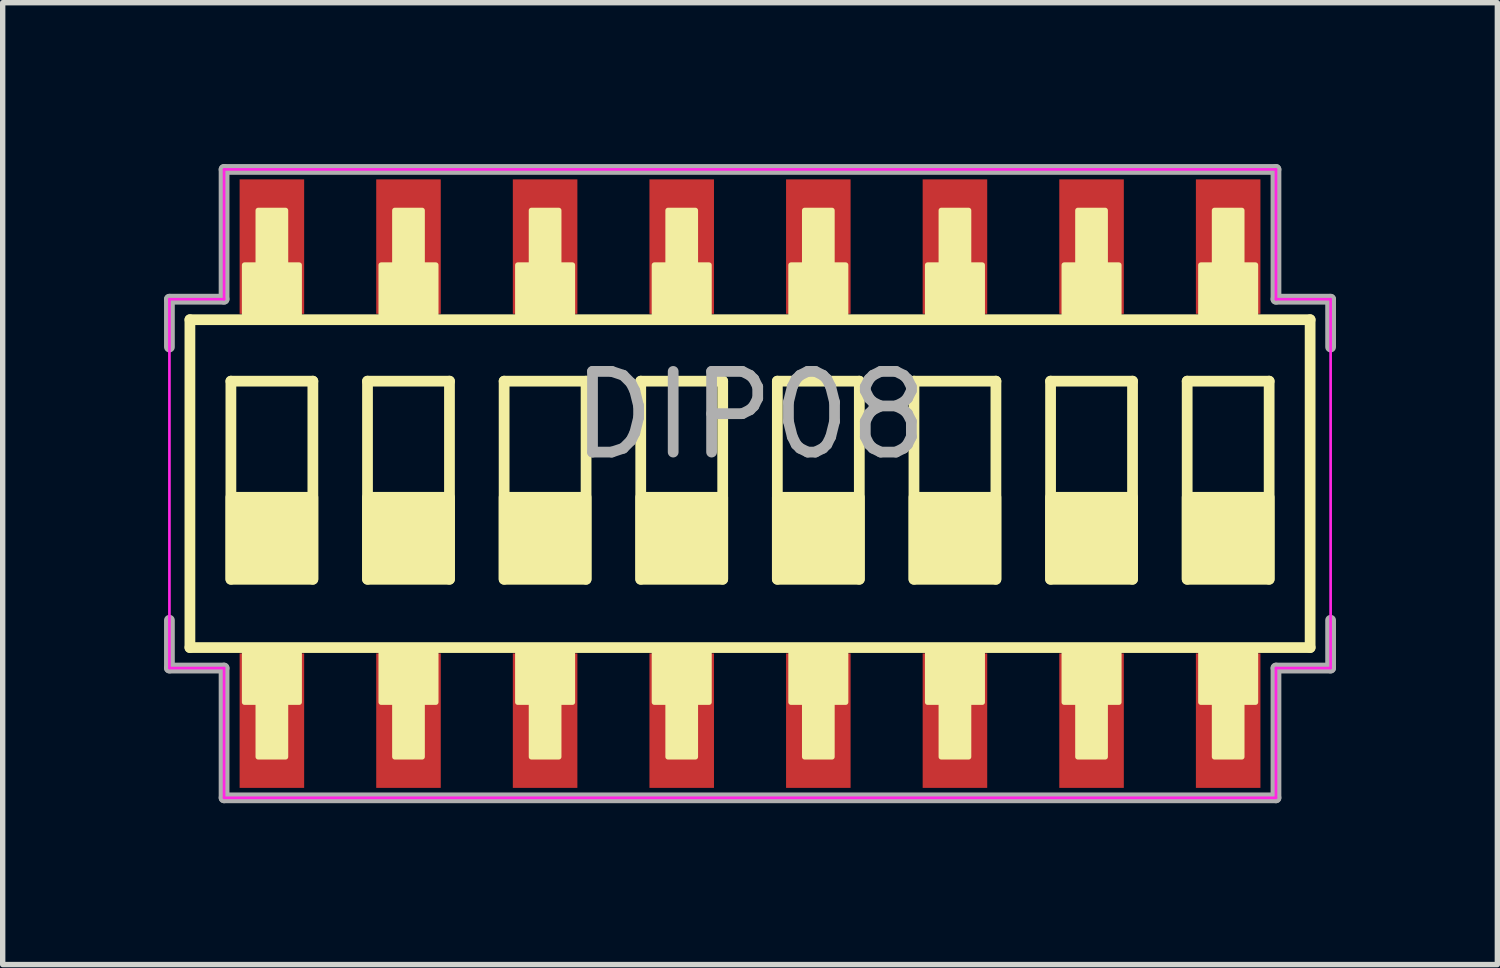
<source format=kicad_pcb>
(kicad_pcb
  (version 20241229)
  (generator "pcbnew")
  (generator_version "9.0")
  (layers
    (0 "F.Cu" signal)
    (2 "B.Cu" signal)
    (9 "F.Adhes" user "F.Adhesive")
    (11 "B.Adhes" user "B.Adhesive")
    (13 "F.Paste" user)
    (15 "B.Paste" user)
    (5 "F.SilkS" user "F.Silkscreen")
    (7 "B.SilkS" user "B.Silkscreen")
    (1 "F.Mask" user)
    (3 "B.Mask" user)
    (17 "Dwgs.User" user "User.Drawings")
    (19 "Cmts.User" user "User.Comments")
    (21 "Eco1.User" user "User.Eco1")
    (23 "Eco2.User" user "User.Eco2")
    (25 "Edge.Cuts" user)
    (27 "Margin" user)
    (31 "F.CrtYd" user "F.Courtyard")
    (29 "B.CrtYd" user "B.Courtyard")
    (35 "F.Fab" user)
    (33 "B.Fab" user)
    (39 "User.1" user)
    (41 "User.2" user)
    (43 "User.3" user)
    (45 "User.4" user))
  (footprint "DIP08"
    (layer "F.Cu")
    (at 10.895 5.942)
    (property "Reference" "DIP08" (at 0 -1.27 180) (layer "F.Fab") (effects (font (size 1.5 1.5) (thickness 0.2))))
    (attr through_hole)
    (fp_line (start -10.414 -3.048) (end -10.414 3.048) (stroke (width 0.2) (type solid)) (layer "F.SilkS"))
    (fp_line (start -10.414 3.048) (end 10.414 3.048) (stroke (width 0.2) (type solid)) (layer "F.SilkS"))
    (fp_line (start -9.652 -1.905) (end -8.128 -1.905) (stroke (width 0.2) (type solid)) (layer "F.SilkS"))
    (fp_line (start -9.652 1.778) (end -9.652 -1.905) (stroke (width 0.2) (type solid)) (layer "F.SilkS"))
    (fp_line (start -8.128 -1.905) (end -8.128 1.778) (stroke (width 0.2) (type solid)) (layer "F.SilkS"))
    (fp_line (start -7.112 -1.905) (end -5.588 -1.905) (stroke (width 0.2) (type solid)) (layer "F.SilkS"))
    (fp_line (start -7.112 1.778) (end -7.112 -1.905) (stroke (width 0.2) (type solid)) (layer "F.SilkS"))
    (fp_line (start -5.588 -1.905) (end -5.588 1.778) (stroke (width 0.2) (type solid)) (layer "F.SilkS"))
    (fp_line (start -4.572 -1.905) (end -3.048 -1.905) (stroke (width 0.2) (type solid)) (layer "F.SilkS"))
    (fp_line (start -4.572 1.778) (end -4.572 -1.905) (stroke (width 0.2) (type solid)) (layer "F.SilkS"))
    (fp_line (start -3.048 -1.905) (end -3.048 1.778) (stroke (width 0.2) (type solid)) (layer "F.SilkS"))
    (fp_line (start -2.032 -1.905) (end -0.508 -1.905) (stroke (width 0.2) (type solid)) (layer "F.SilkS"))
    (fp_line (start -2.032 1.778) (end -2.032 -1.905) (stroke (width 0.2) (type solid)) (layer "F.SilkS"))
    (fp_line (start -0.508 -1.905) (end -0.508 1.778) (stroke (width 0.2) (type solid)) (layer "F.SilkS"))
    (fp_line (start 0.508 -1.905) (end 2.032 -1.905) (stroke (width 0.2) (type solid)) (layer "F.SilkS"))
    (fp_line (start 0.508 1.778) (end 0.508 -1.905) (stroke (width 0.2) (type solid)) (layer "F.SilkS"))
    (fp_line (start 2.032 -1.905) (end 2.032 1.778) (stroke (width 0.2) (type solid)) (layer "F.SilkS"))
    (fp_line (start 3.048 -1.905) (end 4.572 -1.905) (stroke (width 0.2) (type solid)) (layer "F.SilkS"))
    (fp_line (start 3.048 1.778) (end 3.048 -1.905) (stroke (width 0.2) (type solid)) (layer "F.SilkS"))
    (fp_line (start 4.572 -1.905) (end 4.572 1.778) (stroke (width 0.2) (type solid)) (layer "F.SilkS"))
    (fp_line (start 5.588 -1.905) (end 7.112 -1.905) (stroke (width 0.2) (type solid)) (layer "F.SilkS"))
    (fp_line (start 5.588 1.778) (end 5.588 -1.905) (stroke (width 0.2) (type solid)) (layer "F.SilkS"))
    (fp_line (start 7.112 -1.905) (end 7.112 1.778) (stroke (width 0.2) (type solid)) (layer "F.SilkS"))
    (fp_line (start 8.128 -1.905) (end 9.652 -1.905) (stroke (width 0.2) (type solid)) (layer "F.SilkS"))
    (fp_line (start 8.128 1.778) (end 8.128 -1.905) (stroke (width 0.2) (type solid)) (layer "F.SilkS"))
    (fp_line (start 9.652 -1.905) (end 9.652 1.778) (stroke (width 0.2) (type solid)) (layer "F.SilkS"))
    (fp_line (start 10.414 -3.048) (end -10.414 -3.048) (stroke (width 0.2) (type solid)) (layer "F.SilkS"))
    (fp_line (start 10.414 -3.048) (end 10.414 3.048) (stroke (width 0.2) (type solid)) (layer "F.SilkS"))
    (fp_poly (pts (xy -8.128 1.778) (xy -9.652 1.778) (xy -9.652 0.254) (xy -8.128 0.254)) (stroke (width 0.2) (type solid)) (fill yes) (layer "F.SilkS"))
    (fp_poly (pts (xy -5.588 1.778) (xy -7.112 1.778) (xy -7.112 0.254) (xy -5.588 0.254)) (stroke (width 0.2) (type solid)) (fill yes) (layer "F.SilkS"))
    (fp_poly (pts (xy -3.048 1.778) (xy -4.572 1.778) (xy -4.572 0.254) (xy -3.048 0.254)) (stroke (width 0.2) (type solid)) (fill yes) (layer "F.SilkS"))
    (fp_poly (pts (xy -0.508 1.778) (xy -2.032 1.778) (xy -2.032 0.254) (xy -0.508 0.254)) (stroke (width 0.2) (type solid)) (fill yes) (layer "F.SilkS"))
    (fp_poly (pts (xy 2.032 1.778) (xy 0.508 1.778) (xy 0.508 0.254) (xy 2.032 0.254)) (stroke (width 0.2) (type solid)) (fill yes) (layer "F.SilkS"))
    (fp_poly (pts (xy 4.572 1.778) (xy 3.048 1.778) (xy 3.048 0.254) (xy 4.572 0.254)) (stroke (width 0.2) (type solid)) (fill yes) (layer "F.SilkS"))
    (fp_poly (pts (xy 7.112 1.778) (xy 5.588 1.778) (xy 5.588 0.254) (xy 7.112 0.254)) (stroke (width 0.2) (type solid)) (fill yes) (layer "F.SilkS"))
    (fp_poly (pts (xy 9.652 1.778) (xy 8.128 1.778) (xy 8.128 0.254) (xy 9.652 0.254)) (stroke (width 0.2) (type solid)) (fill yes) (layer "F.SilkS"))
    (fp_poly (pts (xy -9.144 4.064) (xy -9.398 4.064) (xy -9.398 3.048) (xy -8.382 3.048) (xy -8.382 4.064) (xy -8.636 4.064) (xy -8.636 5.08) (xy -9.144 5.08)) (stroke (width 0.1) (type solid)) (fill yes) (layer "F.SilkS"))
    (fp_poly (pts (xy -8.636 -4.064) (xy -8.382 -4.064) (xy -8.382 -3.048) (xy -9.398 -3.048) (xy -9.398 -4.064) (xy -9.144 -4.064) (xy -9.144 -5.08) (xy -8.636 -5.08)) (stroke (width 0.1) (type solid)) (fill yes) (layer "F.SilkS"))
    (fp_poly (pts (xy -6.604 4.064) (xy -6.858 4.064) (xy -6.858 3.048) (xy -5.842 3.048) (xy -5.842 4.064) (xy -6.096 4.064) (xy -6.096 5.08) (xy -6.604 5.08)) (stroke (width 0.1) (type solid)) (fill yes) (layer "F.SilkS"))
    (fp_poly (pts (xy -6.096 -4.064) (xy -5.842 -4.064) (xy -5.842 -3.048) (xy -6.858 -3.048) (xy -6.858 -4.064) (xy -6.604 -4.064) (xy -6.604 -5.08) (xy -6.096 -5.08)) (stroke (width 0.1) (type solid)) (fill yes) (layer "F.SilkS"))
    (fp_poly (pts (xy -4.064 4.064) (xy -4.318 4.064) (xy -4.318 3.048) (xy -3.302 3.048) (xy -3.302 4.064) (xy -3.556 4.064) (xy -3.556 5.08) (xy -4.064 5.08)) (stroke (width 0.1) (type solid)) (fill yes) (layer "F.SilkS"))
    (fp_poly (pts (xy -3.556 -4.064) (xy -3.302 -4.064) (xy -3.302 -3.048) (xy -4.318 -3.048) (xy -4.318 -4.064) (xy -4.064 -4.064) (xy -4.064 -5.08) (xy -3.556 -5.08)) (stroke (width 0.1) (type solid)) (fill yes) (layer "F.SilkS"))
    (fp_poly (pts (xy -1.524 4.064) (xy -1.778 4.064) (xy -1.778 3.048) (xy -0.762 3.048) (xy -0.762 4.064) (xy -1.016 4.064) (xy -1.016 5.08) (xy -1.524 5.08)) (stroke (width 0.1) (type solid)) (fill yes) (layer "F.SilkS"))
    (fp_poly (pts (xy -1.016 -4.064) (xy -0.762 -4.064) (xy -0.762 -3.048) (xy -1.778 -3.048) (xy -1.778 -4.064) (xy -1.524 -4.064) (xy -1.524 -5.08) (xy -1.016 -5.08)) (stroke (width 0.1) (type solid)) (fill yes) (layer "F.SilkS"))
    (fp_poly (pts (xy 1.016 4.064) (xy 0.762 4.064) (xy 0.762 3.048) (xy 1.778 3.048) (xy 1.778 4.064) (xy 1.524 4.064) (xy 1.524 5.08) (xy 1.016 5.08)) (stroke (width 0.1) (type solid)) (fill yes) (layer "F.SilkS"))
    (fp_poly (pts (xy 1.524 -4.064) (xy 1.778 -4.064) (xy 1.778 -3.048) (xy 0.762 -3.048) (xy 0.762 -4.064) (xy 1.016 -4.064) (xy 1.016 -5.08) (xy 1.524 -5.08)) (stroke (width 0.1) (type solid)) (fill yes) (layer "F.SilkS"))
    (fp_poly (pts (xy 3.556 4.064) (xy 3.302 4.064) (xy 3.302 3.048) (xy 4.318 3.048) (xy 4.318 4.064) (xy 4.064 4.064) (xy 4.064 5.08) (xy 3.556 5.08)) (stroke (width 0.1) (type solid)) (fill yes) (layer "F.SilkS"))
    (fp_poly (pts (xy 4.064 -4.064) (xy 4.318 -4.064) (xy 4.318 -3.048) (xy 3.302 -3.048) (xy 3.302 -4.064) (xy 3.556 -4.064) (xy 3.556 -5.08) (xy 4.064 -5.08)) (stroke (width 0.1) (type solid)) (fill yes) (layer "F.SilkS"))
    (fp_poly (pts (xy 6.096 4.064) (xy 5.842 4.064) (xy 5.842 3.048) (xy 6.858 3.048) (xy 6.858 4.064) (xy 6.604 4.064) (xy 6.604 5.08) (xy 6.096 5.08)) (stroke (width 0.1) (type solid)) (fill yes) (layer "F.SilkS"))
    (fp_poly (pts (xy 6.604 -4.064) (xy 6.858 -4.064) (xy 6.858 -3.048) (xy 5.842 -3.048) (xy 5.842 -4.064) (xy 6.096 -4.064) (xy 6.096 -5.08) (xy 6.604 -5.08)) (stroke (width 0.1) (type solid)) (fill yes) (layer "F.SilkS"))
    (fp_poly (pts (xy 8.636 4.064) (xy 8.382 4.064) (xy 8.382 3.048) (xy 9.398 3.048) (xy 9.398 4.064) (xy 9.144 4.064) (xy 9.144 5.08) (xy 8.636 5.08)) (stroke (width 0.1) (type solid)) (fill yes) (layer "F.SilkS"))
    (fp_poly (pts (xy 9.144 -4.064) (xy 9.398 -4.064) (xy 9.398 -3.048) (xy 8.382 -3.048) (xy 8.382 -4.064) (xy 8.636 -4.064) (xy 8.636 -5.08) (xy 9.144 -5.08)) (stroke (width 0.1) (type solid)) (fill yes) (layer "F.SilkS"))
    (fp_line (start -10.795 3.429) (end -10.795 -3.429) (stroke (width 0.05) (type solid)) (layer "F.CrtYd"))
    (fp_line (start -9.779 -3.429) (end -10.795 -3.429) (stroke (width 0.05) (type solid)) (layer "F.CrtYd"))
    (fp_line (start -9.779 -3.429) (end -9.779 -5.842) (stroke (width 0.05) (type solid)) (layer "F.CrtYd"))
    (fp_line (start -9.779 3.429) (end -10.795 3.429) (stroke (width 0.05) (type solid)) (layer "F.CrtYd"))
    (fp_line (start -9.779 5.842) (end -9.779 3.429) (stroke (width 0.05) (type solid)) (layer "F.CrtYd"))
    (fp_line (start 9.779 -5.842) (end -9.779 -5.842) (stroke (width 0.05) (type solid)) (layer "F.CrtYd"))
    (fp_line (start 9.779 -3.429) (end 9.779 -5.842) (stroke (width 0.05) (type solid)) (layer "F.CrtYd"))
    (fp_line (start 9.779 5.842) (end -9.779 5.842) (stroke (width 0.05) (type solid)) (layer "F.CrtYd"))
    (fp_line (start 9.779 5.842) (end 9.779 3.429) (stroke (width 0.05) (type solid)) (layer "F.CrtYd"))
    (fp_line (start 10.795 -3.429) (end 9.779 -3.429) (stroke (width 0.05) (type solid)) (layer "F.CrtYd"))
    (fp_line (start 10.795 3.429) (end 9.779 3.429) (stroke (width 0.05) (type solid)) (layer "F.CrtYd"))
    (fp_line (start 10.795 3.429) (end 10.795 -3.429) (stroke (width 0.05) (type solid)) (layer "F.CrtYd"))
    (fp_line (start -10.795 -3.429) (end -10.795 -2.54) (stroke (width 0.2) (type solid)) (layer "F.Fab"))
    (fp_line (start -10.795 2.54) (end -10.795 3.429) (stroke (width 0.2) (type solid)) (layer "F.Fab"))
    (fp_line (start -9.779 -5.842) (end -9.779 -3.429) (stroke (width 0.2) (type solid)) (layer "F.Fab"))
    (fp_line (start -9.779 -5.842) (end 9.779 -5.842) (stroke (width 0.2) (type solid)) (layer "F.Fab"))
    (fp_line (start -9.779 -3.429) (end -10.795 -3.429) (stroke (width 0.2) (type solid)) (layer "F.Fab"))
    (fp_line (start -9.779 3.429) (end -10.795 3.429) (stroke (width 0.2) (type solid)) (layer "F.Fab"))
    (fp_line (start -9.779 3.429) (end -9.779 5.842) (stroke (width 0.2) (type solid)) (layer "F.Fab"))
    (fp_line (start -9.779 5.842) (end 9.779 5.842) (stroke (width 0.2) (type solid)) (layer "F.Fab"))
    (fp_line (start 9.779 -5.842) (end 9.779 -3.429) (stroke (width 0.2) (type solid)) (layer "F.Fab"))
    (fp_line (start 9.779 3.429) (end 9.779 5.842) (stroke (width 0.2) (type solid)) (layer "F.Fab"))
    (fp_line (start 10.795 -3.429) (end 9.779 -3.429) (stroke (width 0.2) (type solid)) (layer "F.Fab"))
    (fp_line (start 10.795 -3.429) (end 10.795 -2.54) (stroke (width 0.2) (type solid)) (layer "F.Fab"))
    (fp_line (start 10.795 2.54) (end 10.795 3.429) (stroke (width 0.2) (type solid)) (layer "F.Fab"))
    (fp_line (start 10.795 3.429) (end 9.779 3.429) (stroke (width 0.2) (type solid)) (layer "F.Fab"))
    (pad "1" smd rect (at -8.89 4.407) (size 1.2 2.5) (layers "F.Cu" "F.Mask" "F.Paste"))
    (pad "2" smd rect (at -8.89 -4.407) (size 1.2 2.5) (layers "F.Cu" "F.Mask" "F.Paste"))
    (pad "3" smd rect (at -6.35 4.407) (size 1.2 2.5) (layers "F.Cu" "F.Mask" "F.Paste"))
    (pad "4" smd rect (at -6.35 -4.407) (size 1.2 2.5) (layers "F.Cu" "F.Mask" "F.Paste"))
    (pad "5" smd rect (at -3.81 4.407) (size 1.2 2.5) (layers "F.Cu" "F.Mask" "F.Paste"))
    (pad "6" smd rect (at -3.81 -4.407) (size 1.2 2.5) (layers "F.Cu" "F.Mask" "F.Paste"))
    (pad "7" smd rect (at -1.27 4.407) (size 1.2 2.5) (layers "F.Cu" "F.Mask" "F.Paste"))
    (pad "8" smd rect (at -1.27 -4.407) (size 1.2 2.5) (layers "F.Cu" "F.Mask" "F.Paste"))
    (pad "9" smd rect (at 1.27 4.407) (size 1.2 2.5) (layers "F.Cu" "F.Mask" "F.Paste"))
    (pad "10" smd rect (at 1.27 -4.407) (size 1.2 2.5) (layers "F.Cu" "F.Mask" "F.Paste"))
    (pad "11" smd rect (at 3.81 4.407) (size 1.2 2.5) (layers "F.Cu" "F.Mask" "F.Paste"))
    (pad "12" smd rect (at 3.81 -4.407) (size 1.2 2.5) (layers "F.Cu" "F.Mask" "F.Paste"))
    (pad "13" smd rect (at 6.35 4.407) (size 1.2 2.5) (layers "F.Cu" "F.Mask" "F.Paste"))
    (pad "14" smd rect (at 6.35 -4.407) (size 1.2 2.5) (layers "F.Cu" "F.Mask" "F.Paste"))
    (pad "15" smd rect (at 8.89 4.407) (size 1.2 2.5) (layers "F.Cu" "F.Mask" "F.Paste"))
    (pad "16" smd rect (at 8.89 -4.407) (size 1.2 2.5) (layers "F.Cu" "F.Mask" "F.Paste")))
  (gr_rect
    (start -3 -3)
    (end 24.79 14.884)
    (stroke (width 0.1) (type default))
    (fill no)
    (layer "Edge.Cuts")))
</source>
